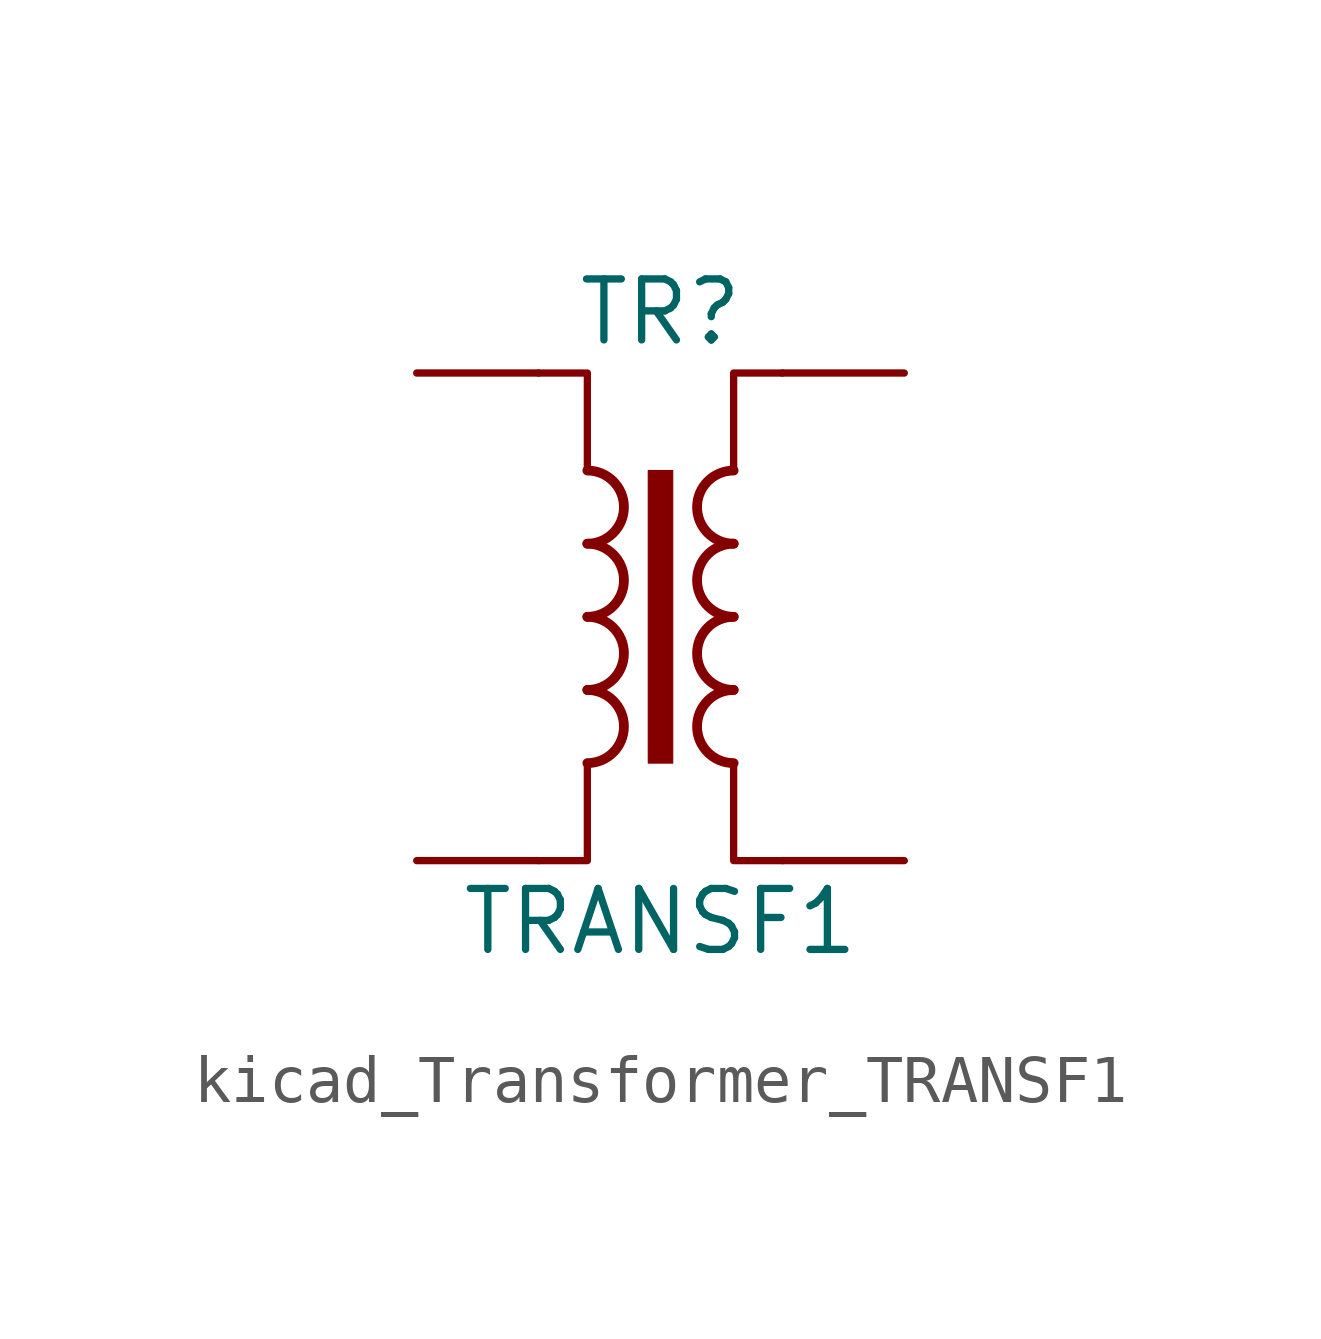
<source format=kicad_sym>
(kicad_symbol_lib
  (version 20220914)
  (generator kicad_symbol_editor)
  (symbol "kicad_Transformer_TRANSF1"
    (pin_numbers hide)
    (pin_names
      (offset 0))
    (property "Reference" "TR"
      (at 0 6.35 0)
      (effects (font (size 1.27 1.27))))
    (property "Value" "TRANSF1"
      (at 0 -6.35 0)
      (effects (font (size 1.27 1.27))))
    (symbol "kicad_Transformer_TRANSF1_0_1"
      (arc (start -1.524 -3.048) (mid -0.7653 -2.286) (end -1.524 -1.524) (stroke (width 0.2032) (type default)) (fill (type none)))
      (arc (start -1.524 -1.524) (mid -0.7653 -0.762) (end -1.524 0) (stroke (width 0.2032) (type default)) (fill (type none)))
      (arc (start -1.524 0) (mid -0.7653 0.762) (end -1.524 1.524) (stroke (width 0.2032) (type default)) (fill (type none)))
      (arc (start -1.524 1.524) (mid -0.7653 2.286) (end -1.524 3.048) (stroke (width 0.2032) (type default)) (fill (type none)))
      (rectangle (start -0.254 3.048) (end 0.254 -3.048) (stroke (width 0.025) (type default)) (fill (type outline)))
      (polyline (pts (xy -2.54 5.08) (xy -1.524 5.08) (xy -1.524 3.048) (xy -1.524 3.048)) (stroke (width 0.152) (type default)) (fill (type none)))
      (polyline (pts (xy -1.524 -3.048) (xy -1.524 -5.08) (xy -2.54 -5.08) (xy -2.54 -5.08)) (stroke (width 0.152) (type default)) (fill (type none)))
      (polyline (pts (xy 1.524 3.048) (xy 1.524 5.08) (xy 2.54 5.08) (xy 2.54 5.08)) (stroke (width 0.152) (type default)) (fill (type none)))
      (polyline (pts (xy 2.54 -5.08) (xy 1.524 -5.08) (xy 1.524 -3.048) (xy 1.524 -3.048)) (stroke (width 0.152) (type default)) (fill (type none)))
      (arc (start 1.524 -1.524) (mid 0.7653 -2.286) (end 1.524 -3.048) (stroke (width 0.2032) (type default)) (fill (type none)))
      (arc (start 1.524 0) (mid 0.7653 -0.762) (end 1.524 -1.524) (stroke (width 0.2032) (type default)) (fill (type none)))
      (arc (start 1.524 1.524) (mid 0.7653 0.762) (end 1.524 0) (stroke (width 0.2032) (type default)) (fill (type none)))
      (arc (start 1.524 3.048) (mid 0.7653 2.286) (end 1.524 1.524) (stroke (width 0.2032) (type default)) (fill (type none))))
    (symbol "kicad_Transformer_TRANSF1_1_1"
      (pin passive line (at -5.08 5.08 0) (length 2.54) (name "~" (effects (font (size 1.27 1.27)))) (number "1" (effects (font (size 1.27 1.27)))))
      (pin passive line (at -5.08 -5.08 0) (length 2.54) (name "~" (effects (font (size 1.27 1.27)))) (number "2" (effects (font (size 1.27 1.27)))))
      (pin passive line (at 5.08 -5.08 180) (length 2.54) (name "~" (effects (font (size 1.27 1.27)))) (number "3" (effects (font (size 1.27 1.27)))))
      (pin passive line (at 5.08 5.08 180) (length 2.54) (name "~" (effects (font (size 1.27 1.27)))) (number "4" (effects (font (size 1.27 1.27))))))))
</source>
